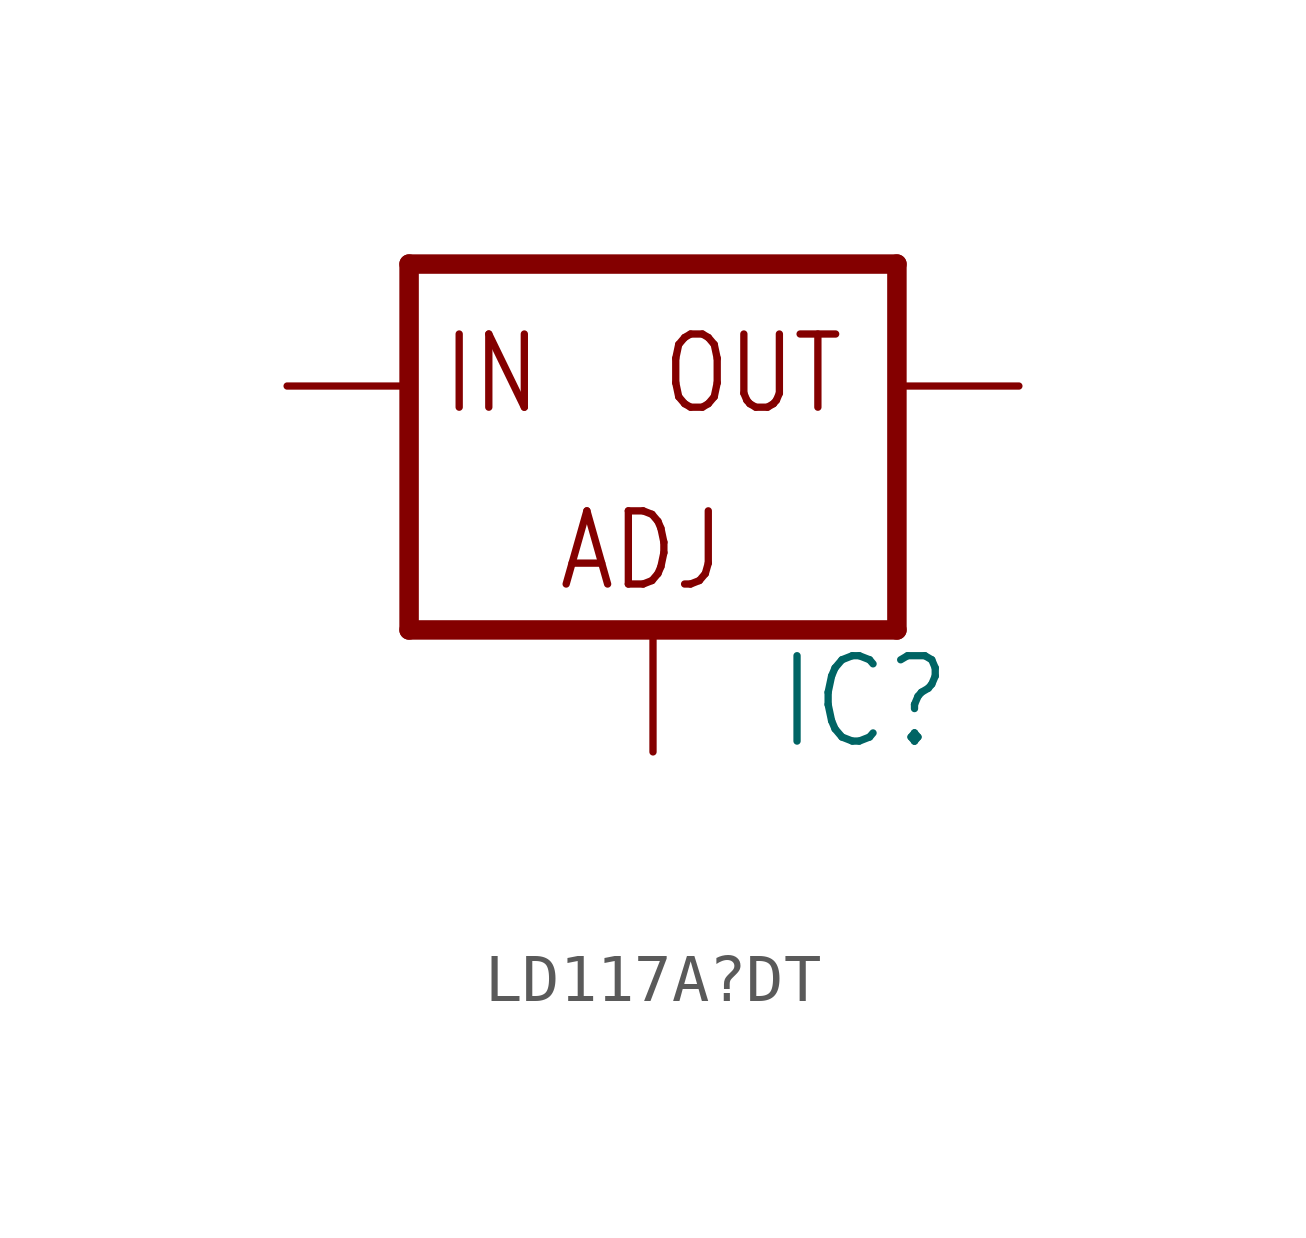
<source format=kicad_sym>
(kicad_symbol_lib
  (version 20220914)
  (generator kicad_symbol_editor)
  (symbol "LD117A?DT"
    (property "Reference" "IC"
      (at 2.54 -7.62 0)
      (effects (font (size 1.778 1.511)) (justify left bottom)))
    (property "Value" ""
      (at 2.54 -10.16 0)
      (effects (font (size 1.778 1.511)) (justify left bottom)))
    (property "ki_locked" ""
      (at 0 0 0)
      (effects (font (size 1.27 1.27))))
    (symbol "LD117A?DT_1_0"
      (polyline (pts (xy -5.08 -5.08) (xy 5.08 -5.08)) (stroke (width 0.406) (type solid)) (fill (type none)))
      (polyline (pts (xy -5.08 2.54) (xy -5.08 -5.08)) (stroke (width 0.406) (type solid)) (fill (type none)))
      (polyline (pts (xy 5.08 -5.08) (xy 5.08 2.54)) (stroke (width 0.406) (type solid)) (fill (type none)))
      (polyline (pts (xy 5.08 2.54) (xy -5.08 2.54)) (stroke (width 0.406) (type solid)) (fill (type none)))
      (text "ADJ" (at -2.032 -4.318 0) (effects (font (size 1.524 1.295)) (justify left bottom)))
      (text "IN" (at -4.445 -0.635 0) (effects (font (size 1.524 1.295)) (justify left bottom)))
      (text "OUT" (at 0.127 -0.635 0) (effects (font (size 1.524 1.295)) (justify left bottom)))
      (pin input line (at 0 -7.62 90) (length 2.54) (name "ADJ" (effects (font (size 0 0)))) (number "1" (effects (font (size 0 0)))))
      (pin input line (at -7.62 0 0) (length 2.54) (name "IN" (effects (font (size 0 0)))) (number "3" (effects (font (size 0 0)))))
      (pin passive line (at 7.62 0 180) (length 2.54) (name "OUT" (effects (font (size 0 0)))) (number "4" (effects (font (size 0 0))))))))
</source>
